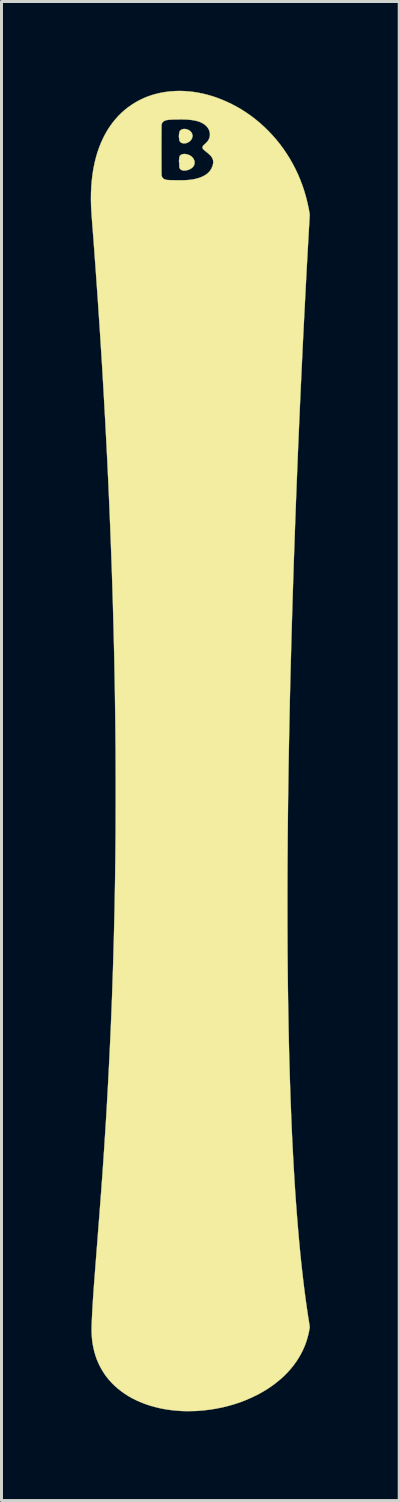
<source format=kicad_pcb>
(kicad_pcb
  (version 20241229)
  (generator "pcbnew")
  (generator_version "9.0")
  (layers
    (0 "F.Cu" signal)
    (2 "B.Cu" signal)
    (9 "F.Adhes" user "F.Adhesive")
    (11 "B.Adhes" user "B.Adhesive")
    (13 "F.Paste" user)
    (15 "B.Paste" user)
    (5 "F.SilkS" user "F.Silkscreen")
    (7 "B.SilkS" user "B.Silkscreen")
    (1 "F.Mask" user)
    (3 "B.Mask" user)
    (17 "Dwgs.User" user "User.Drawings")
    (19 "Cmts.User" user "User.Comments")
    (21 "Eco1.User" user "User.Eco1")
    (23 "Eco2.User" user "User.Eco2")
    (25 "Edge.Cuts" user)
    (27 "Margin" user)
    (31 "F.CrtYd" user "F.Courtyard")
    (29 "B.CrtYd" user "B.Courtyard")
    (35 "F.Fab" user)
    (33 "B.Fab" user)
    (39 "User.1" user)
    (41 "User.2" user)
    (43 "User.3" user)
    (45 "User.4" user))
  (footprint "ski_b"
    (layer "F.Cu")
    (at 3.679 22.179)
    (property "Reference" "ski_b" (at 0 0 0) (layer "F.SilkS") (effects (font (size 1.524 1.524) (thickness 0.3))))
    (attr through_hole)
    (fp_poly (pts (xy -0.471 -20.89) (xy -0.428 -20.877) (xy -0.392 -20.861) (xy -0.354 -20.837) (xy -0.321 -20.808) (xy -0.296 -20.775) (xy -0.277 -20.739) (xy -0.266 -20.701) (xy -0.262 -20.665) (xy -0.267 -20.625) (xy -0.278 -20.586) (xy -0.297 -20.55) (xy -0.321 -20.516) (xy -0.351 -20.486) (xy -0.385 -20.461) (xy -0.423 -20.44) (xy -0.463 -20.424) (xy -0.506 -20.415) (xy -0.549 -20.412) (xy -0.574 -20.414) (xy -0.61 -20.422) (xy -0.642 -20.435) (xy -0.668 -20.455) (xy -0.686 -20.476) (xy -0.691 -20.485) (xy -0.696 -20.495) (xy -0.7 -20.506) (xy -0.703 -20.521) (xy -0.707 -20.541) (xy -0.71 -20.566) (xy -0.714 -20.594) (xy -0.717 -20.617) (xy -0.718 -20.635) (xy -0.719 -20.649) (xy -0.719 -20.664) (xy -0.718 -20.68) (xy -0.716 -20.7) (xy -0.713 -20.726) (xy -0.713 -20.727) (xy -0.708 -20.76) (xy -0.703 -20.787) (xy -0.697 -20.808) (xy -0.689 -20.825) (xy -0.68 -20.839) (xy -0.668 -20.851) (xy -0.662 -20.856) (xy -0.631 -20.876) (xy -0.595 -20.89) (xy -0.556 -20.897) (xy -0.515 -20.897) (xy -0.471 -20.89)) (stroke (width 0.01) (type solid)) (fill yes) (layer "F.SilkS"))
    (fp_poly (pts (xy -0.501 -20.055) (xy -0.467 -20.049) (xy -0.431 -20.04) (xy -0.396 -20.029) (xy -0.365 -20.016) (xy -0.361 -20.014) (xy -0.318 -19.988) (xy -0.281 -19.959) (xy -0.25 -19.925) (xy -0.226 -19.889) (xy -0.208 -19.851) (xy -0.196 -19.812) (xy -0.192 -19.772) (xy -0.195 -19.732) (xy -0.205 -19.692) (xy -0.223 -19.654) (xy -0.237 -19.634) (xy -0.262 -19.606) (xy -0.292 -19.581) (xy -0.33 -19.557) (xy -0.349 -19.547) (xy -0.391 -19.528) (xy -0.43 -19.515) (xy -0.468 -19.506) (xy -0.507 -19.501) (xy -0.521 -19.501) (xy -0.546 -19.5) (xy -0.565 -19.501) (xy -0.582 -19.503) (xy -0.597 -19.506) (xy -0.631 -19.518) (xy -0.658 -19.534) (xy -0.679 -19.556) (xy -0.696 -19.583) (xy -0.697 -19.586) (xy -0.7 -19.593) (xy -0.703 -19.601) (xy -0.705 -19.609) (xy -0.706 -19.621) (xy -0.706 -19.636) (xy -0.707 -19.656) (xy -0.707 -19.683) (xy -0.707 -19.692) (xy -0.707 -19.722) (xy -0.707 -19.744) (xy -0.708 -19.76) (xy -0.709 -19.771) (xy -0.711 -19.778) (xy -0.713 -19.781) (xy -0.713 -19.781) (xy -0.715 -19.783) (xy -0.717 -19.788) (xy -0.717 -19.795) (xy -0.717 -19.807) (xy -0.716 -19.825) (xy -0.714 -19.85) (xy -0.713 -19.859) (xy -0.71 -19.894) (xy -0.707 -19.921) (xy -0.704 -19.943) (xy -0.7 -19.96) (xy -0.696 -19.974) (xy -0.691 -19.986) (xy -0.688 -19.992) (xy -0.673 -20.01) (xy -0.652 -20.026) (xy -0.625 -20.039) (xy -0.595 -20.049) (xy -0.562 -20.056) (xy -0.531 -20.058) (xy -0.501 -20.055)) (stroke (width 0.01) (type solid)) (fill yes) (layer "F.SilkS"))
    (fp_poly (pts (xy -0.545 -22.17) (xy -0.386 -22.158) (xy -0.225 -22.14) (xy -0.064 -22.114) (xy 0.097 -22.081) (xy 0.258 -22.041) (xy 0.417 -21.994) (xy 0.517 -21.961) (xy 0.698 -21.893) (xy 0.875 -21.818) (xy 1.048 -21.736) (xy 1.218 -21.647) (xy 1.384 -21.55) (xy 1.546 -21.446) (xy 1.703 -21.336) (xy 1.856 -21.219) (xy 2.004 -21.096) (xy 2.148 -20.967) (xy 2.286 -20.831) (xy 2.42 -20.69) (xy 2.548 -20.544) (xy 2.67 -20.392) (xy 2.787 -20.235) (xy 2.897 -20.073) (xy 3.002 -19.906) (xy 3.1 -19.734) (xy 3.192 -19.558) (xy 3.278 -19.378) (xy 3.356 -19.193) (xy 3.427 -19.005) (xy 3.462 -18.903) (xy 3.498 -18.791) (xy 3.532 -18.675) (xy 3.564 -18.556) (xy 3.594 -18.437) (xy 3.62 -18.319) (xy 3.644 -18.204) (xy 3.663 -18.095) (xy 3.664 -18.087) (xy 3.675 -18.015) (xy 3.643 -17.452) (xy 3.606 -16.798) (xy 3.57 -16.141) (xy 3.535 -15.481) (xy 3.501 -14.818) (xy 3.467 -14.154) (xy 3.434 -13.488) (xy 3.402 -12.821) (xy 3.371 -12.153) (xy 3.341 -11.485) (xy 3.312 -10.817) (xy 3.283 -10.149) (xy 3.256 -9.483) (xy 3.23 -8.819) (xy 3.204 -8.156) (xy 3.18 -7.496) (xy 3.157 -6.839) (xy 3.134 -6.185) (xy 3.113 -5.535) (xy 3.093 -4.889) (xy 3.074 -4.248) (xy 3.056 -3.612) (xy 3.039 -2.981) (xy 3.023 -2.357) (xy 3.008 -1.739) (xy 2.995 -1.128) (xy 2.983 -0.525) (xy 2.972 0.071) (xy 2.97 0.188) (xy 2.962 0.641) (xy 2.956 1.093) (xy 2.949 1.544) (xy 2.944 1.994) (xy 2.939 2.442) (xy 2.935 2.888) (xy 2.932 3.331) (xy 2.929 3.77) (xy 2.927 4.206) (xy 2.926 4.638) (xy 2.925 5.065) (xy 2.926 5.486) (xy 2.926 5.902) (xy 2.928 6.312) (xy 2.93 6.716) (xy 2.933 7.112) (xy 2.937 7.5) (xy 2.94 7.808) (xy 2.947 8.308) (xy 2.955 8.8) (xy 2.964 9.284) (xy 2.974 9.759) (xy 2.985 10.226) (xy 2.998 10.685) (xy 3.012 11.135) (xy 3.026 11.577) (xy 3.043 12.011) (xy 3.06 12.436) (xy 3.078 12.853) (xy 3.098 13.262) (xy 3.119 13.663) (xy 3.141 14.055) (xy 3.164 14.439) (xy 3.188 14.814) (xy 3.214 15.181) (xy 3.241 15.54) (xy 3.269 15.891) (xy 3.298 16.233) (xy 3.328 16.567) (xy 3.359 16.892) (xy 3.392 17.21) (xy 3.426 17.518) (xy 3.461 17.819) (xy 3.497 18.111) (xy 3.534 18.394) (xy 3.573 18.67) (xy 3.612 18.937) (xy 3.643 19.131) (xy 3.649 19.171) (xy 3.655 19.209) (xy 3.661 19.244) (xy 3.665 19.275) (xy 3.669 19.302) (xy 3.672 19.322) (xy 3.674 19.336) (xy 3.675 19.342) (xy 3.674 19.354) (xy 3.671 19.372) (xy 3.668 19.395) (xy 3.663 19.423) (xy 3.658 19.454) (xy 3.652 19.486) (xy 3.646 19.518) (xy 3.64 19.548) (xy 3.634 19.575) (xy 3.598 19.716) (xy 3.555 19.856) (xy 3.503 19.993) (xy 3.443 20.128) (xy 3.376 20.26) (xy 3.301 20.39) (xy 3.219 20.516) (xy 3.13 20.639) (xy 3.033 20.758) (xy 2.93 20.873) (xy 2.821 20.984) (xy 2.752 21.048) (xy 2.633 21.151) (xy 2.511 21.248) (xy 2.386 21.34) (xy 2.257 21.427) (xy 2.123 21.509) (xy 1.982 21.588) (xy 1.877 21.643) (xy 1.697 21.729) (xy 1.512 21.808) (xy 1.324 21.88) (xy 1.132 21.943) (xy 0.936 21.999) (xy 0.737 22.048) (xy 0.534 22.088) (xy 0.328 22.122) (xy 0.118 22.147) (xy -0.096 22.165) (xy -0.108 22.166) (xy -0.134 22.167) (xy -0.167 22.168) (xy -0.205 22.169) (xy -0.248 22.17) (xy -0.294 22.171) (xy -0.341 22.172) (xy -0.389 22.172) (xy -0.436 22.172) (xy -0.48 22.172) (xy -0.522 22.172) (xy -0.558 22.171) (xy -0.588 22.171) (xy -0.607 22.17) (xy -0.772 22.159) (xy -0.93 22.144) (xy -1.083 22.124) (xy -1.231 22.1) (xy -1.376 22.07) (xy -1.518 22.036) (xy -1.659 21.997) (xy -1.706 21.983) (xy -1.859 21.931) (xy -2.007 21.873) (xy -2.15 21.81) (xy -2.288 21.741) (xy -2.419 21.666) (xy -2.545 21.586) (xy -2.665 21.5) (xy -2.779 21.409) (xy -2.886 21.314) (xy -2.987 21.213) (xy -3.081 21.107) (xy -3.169 20.996) (xy -3.212 20.936) (xy -3.288 20.819) (xy -3.357 20.698) (xy -3.419 20.572) (xy -3.474 20.442) (xy -3.522 20.308) (xy -3.562 20.17) (xy -3.595 20.028) (xy -3.621 19.883) (xy -3.639 19.734) (xy -3.65 19.583) (xy -3.653 19.442) (xy -3.653 19.415) (xy -3.652 19.382) (xy -3.651 19.341) (xy -3.65 19.295) (xy -3.648 19.244) (xy -3.646 19.189) (xy -3.644 19.13) (xy -3.641 19.069) (xy -3.638 19.007) (xy -3.635 18.944) (xy -3.632 18.881) (xy -3.629 18.82) (xy -3.626 18.764) (xy -3.622 18.698) (xy -3.618 18.63) (xy -3.614 18.561) (xy -3.609 18.49) (xy -3.605 18.416) (xy -3.6 18.34) (xy -3.594 18.261) (xy -3.589 18.178) (xy -3.582 18.09) (xy -3.576 17.998) (xy -3.569 17.901) (xy -3.561 17.799) (xy -3.553 17.69) (xy -3.544 17.575) (xy -3.535 17.453) (xy -3.525 17.324) (xy -3.514 17.187) (xy -3.509 17.12) (xy -3.494 16.928) (xy -3.48 16.744) (xy -3.466 16.569) (xy -3.453 16.4) (xy -3.441 16.239) (xy -3.429 16.085) (xy -3.418 15.938) (xy -3.407 15.797) (xy -3.396 15.661) (xy -3.386 15.532) (xy -3.377 15.408) (xy -3.368 15.289) (xy -3.359 15.175) (xy -3.351 15.065) (xy -3.343 14.959) (xy -3.335 14.857) (xy -3.328 14.759) (xy -3.321 14.664) (xy -3.314 14.572) (xy -3.308 14.483) (xy -3.301 14.396) (xy -3.295 14.311) (xy -3.289 14.228) (xy -3.283 14.146) (xy -3.278 14.066) (xy -3.272 13.986) (xy -3.267 13.907) (xy -3.261 13.827) (xy -3.256 13.748) (xy -3.25 13.669) (xy -3.245 13.588) (xy -3.24 13.507) (xy -3.234 13.424) (xy -3.228 13.34) (xy -3.224 13.269) (xy -3.161 12.282) (xy -3.105 11.294) (xy -3.054 10.306) (xy -3.008 9.316) (xy -2.968 8.324) (xy -2.934 7.328) (xy -2.905 6.329) (xy -2.881 5.325) (xy -2.863 4.315) (xy -2.858 3.901) (xy -2.856 3.777) (xy -2.854 3.657) (xy -2.853 3.542) (xy -2.852 3.43) (xy -2.851 3.32) (xy -2.85 3.213) (xy -2.849 3.107) (xy -2.848 3.002) (xy -2.847 2.897) (xy -2.846 2.792) (xy -2.846 2.685) (xy -2.845 2.576) (xy -2.845 2.465) (xy -2.844 2.351) (xy -2.844 2.233) (xy -2.844 2.111) (xy -2.844 1.983) (xy -2.843 1.85) (xy -2.843 1.71) (xy -2.843 1.563) (xy -2.843 1.408) (xy -2.843 1.393) (xy -2.843 1.238) (xy -2.843 1.091) (xy -2.843 0.95) (xy -2.844 0.817) (xy -2.844 0.689) (xy -2.844 0.566) (xy -2.844 0.447) (xy -2.845 0.332) (xy -2.845 0.221) (xy -2.846 0.111) (xy -2.846 0.003) (xy -2.847 -0.104) (xy -2.848 -0.21) (xy -2.849 -0.318) (xy -2.85 -0.426) (xy -2.851 -0.536) (xy -2.852 -0.648) (xy -2.853 -0.764) (xy -2.854 -0.883) (xy -2.856 -1.007) (xy -2.857 -1.136) (xy -2.858 -1.16) (xy -2.871 -2.108) (xy -2.889 -3.062) (xy -2.912 -4.023) (xy -2.938 -4.991) (xy -2.969 -5.965) (xy -3.004 -6.946) (xy -3.043 -7.934) (xy -3.086 -8.929) (xy -3.134 -9.931) (xy -3.186 -10.94) (xy -3.242 -11.955) (xy -3.302 -12.978) (xy -3.367 -14.008) (xy -3.436 -15.045) (xy -3.509 -16.089) (xy -3.586 -17.141) (xy -3.611 -17.471) (xy -3.616 -17.541) (xy -3.622 -17.609) (xy -3.627 -17.676) (xy -3.632 -17.741) (xy -3.636 -17.803) (xy -3.641 -17.861) (xy -3.645 -17.916) (xy -3.648 -17.965) (xy -3.652 -18.009) (xy -3.654 -18.048) (xy -3.657 -18.079) (xy -3.658 -18.104) (xy -3.66 -18.12) (xy -3.66 -18.121) (xy -3.67 -18.33) (xy -3.674 -18.536) (xy -3.672 -18.738) (xy -3.664 -18.937) (xy -3.649 -19.131) (xy -3.628 -19.32) (xy -3.601 -19.504) (xy -3.583 -19.604) (xy -3.547 -19.778) (xy -3.504 -19.948) (xy -3.456 -20.111) (xy -3.432 -20.18) (xy -1.307 -20.18) (xy -1.307 -20.105) (xy -1.306 -20.031) (xy -1.306 -19.958) (xy -1.306 -19.887) (xy -1.306 -19.818) (xy -1.306 -19.751) (xy -1.306 -19.688) (xy -1.305 -19.628) (xy -1.305 -19.572) (xy -1.305 -19.521) (xy -1.304 -19.474) (xy -1.304 -19.434) (xy -1.303 -19.399) (xy -1.303 -19.371) (xy -1.302 -19.35) (xy -1.301 -19.337) (xy -1.301 -19.332) (xy -1.289 -19.294) (xy -1.271 -19.262) (xy -1.246 -19.235) (xy -1.215 -19.213) (xy -1.178 -19.197) (xy -1.134 -19.186) (xy -1.13 -19.186) (xy -1.113 -19.184) (xy -1.088 -19.182) (xy -1.057 -19.18) (xy -1.02 -19.179) (xy -0.979 -19.177) (xy -0.934 -19.176) (xy -0.886 -19.175) (xy -0.836 -19.174) (xy -0.785 -19.174) (xy -0.735 -19.174) (xy -0.685 -19.173) (xy -0.637 -19.174) (xy -0.592 -19.174) (xy -0.55 -19.175) (xy -0.514 -19.176) (xy -0.487 -19.177) (xy -0.382 -19.185) (xy -0.282 -19.197) (xy -0.189 -19.214) (xy -0.101 -19.236) (xy -0.019 -19.261) (xy 0.056 -19.291) (xy 0.125 -19.325) (xy 0.188 -19.363) (xy 0.243 -19.406) (xy 0.292 -19.452) (xy 0.333 -19.502) (xy 0.367 -19.555) (xy 0.373 -19.567) (xy 0.4 -19.627) (xy 0.419 -19.684) (xy 0.431 -19.738) (xy 0.434 -19.789) (xy 0.43 -19.837) (xy 0.418 -19.882) (xy 0.409 -19.903) (xy 0.396 -19.928) (xy 0.382 -19.951) (xy 0.365 -19.974) (xy 0.345 -19.998) (xy 0.322 -20.023) (xy 0.293 -20.05) (xy 0.26 -20.079) (xy 0.22 -20.112) (xy 0.186 -20.14) (xy 0.157 -20.164) (xy 0.134 -20.183) (xy 0.116 -20.199) (xy 0.103 -20.212) (xy 0.093 -20.223) (xy 0.086 -20.234) (xy 0.08 -20.244) (xy 0.078 -20.249) (xy 0.073 -20.271) (xy 0.075 -20.293) (xy 0.083 -20.315) (xy 0.099 -20.338) (xy 0.122 -20.363) (xy 0.135 -20.374) (xy 0.171 -20.407) (xy 0.201 -20.436) (xy 0.226 -20.463) (xy 0.247 -20.488) (xy 0.264 -20.512) (xy 0.279 -20.537) (xy 0.286 -20.552) (xy 0.306 -20.603) (xy 0.319 -20.655) (xy 0.323 -20.708) (xy 0.32 -20.761) (xy 0.309 -20.813) (xy 0.291 -20.864) (xy 0.266 -20.912) (xy 0.233 -20.959) (xy 0.194 -21.002) (xy 0.148 -21.041) (xy 0.129 -21.054) (xy 0.08 -21.086) (xy 0.026 -21.114) (xy -0.033 -21.138) (xy -0.097 -21.159) (xy -0.167 -21.176) (xy -0.244 -21.191) (xy -0.327 -21.202) (xy -0.417 -21.211) (xy -0.449 -21.213) (xy -0.483 -21.215) (xy -0.524 -21.216) (xy -0.569 -21.217) (xy -0.619 -21.218) (xy -0.671 -21.218) (xy -0.725 -21.217) (xy -0.779 -21.217) (xy -0.833 -21.216) (xy -0.885 -21.214) (xy -0.934 -21.213) (xy -0.98 -21.21) (xy -1.02 -21.208) (xy -1.054 -21.206) (xy -1.08 -21.203) (xy -1.081 -21.203) (xy -1.132 -21.194) (xy -1.175 -21.182) (xy -1.212 -21.166) (xy -1.242 -21.146) (xy -1.266 -21.122) (xy -1.284 -21.093) (xy -1.297 -21.06) (xy -1.3 -21.046) (xy -1.301 -21.039) (xy -1.302 -21.023) (xy -1.302 -21.001) (xy -1.303 -20.971) (xy -1.303 -20.935) (xy -1.304 -20.893) (xy -1.304 -20.845) (xy -1.305 -20.793) (xy -1.305 -20.736) (xy -1.305 -20.675) (xy -1.306 -20.61) (xy -1.306 -20.543) (xy -1.306 -20.473) (xy -1.306 -20.401) (xy -1.306 -20.328) (xy -1.307 -20.254) (xy -1.307 -20.18) (xy -3.432 -20.18) (xy -3.401 -20.27) (xy -3.341 -20.423) (xy -3.274 -20.57) (xy -3.202 -20.712) (xy -3.125 -20.848) (xy -3.041 -20.977) (xy -2.952 -21.101) (xy -2.857 -21.219) (xy -2.757 -21.331) (xy -2.652 -21.436) (xy -2.541 -21.535) (xy -2.424 -21.627) (xy -2.31 -21.708) (xy -2.183 -21.788) (xy -2.053 -21.86) (xy -1.918 -21.925) (xy -1.779 -21.983) (xy -1.636 -22.033) (xy -1.49 -22.075) (xy -1.34 -22.11) (xy -1.186 -22.137) (xy -1.028 -22.157) (xy -0.867 -22.169) (xy -0.856 -22.17) (xy -0.702 -22.174) (xy -0.545 -22.17)) (stroke (width 0.01) (type solid)) (fill yes) (layer "F.SilkS")))
  (gr_rect
    (start -3 -3)
    (end 10.36 47.356)
    (stroke (width 0.1) (type default))
    (fill no)
    (layer "Edge.Cuts")))
</source>
